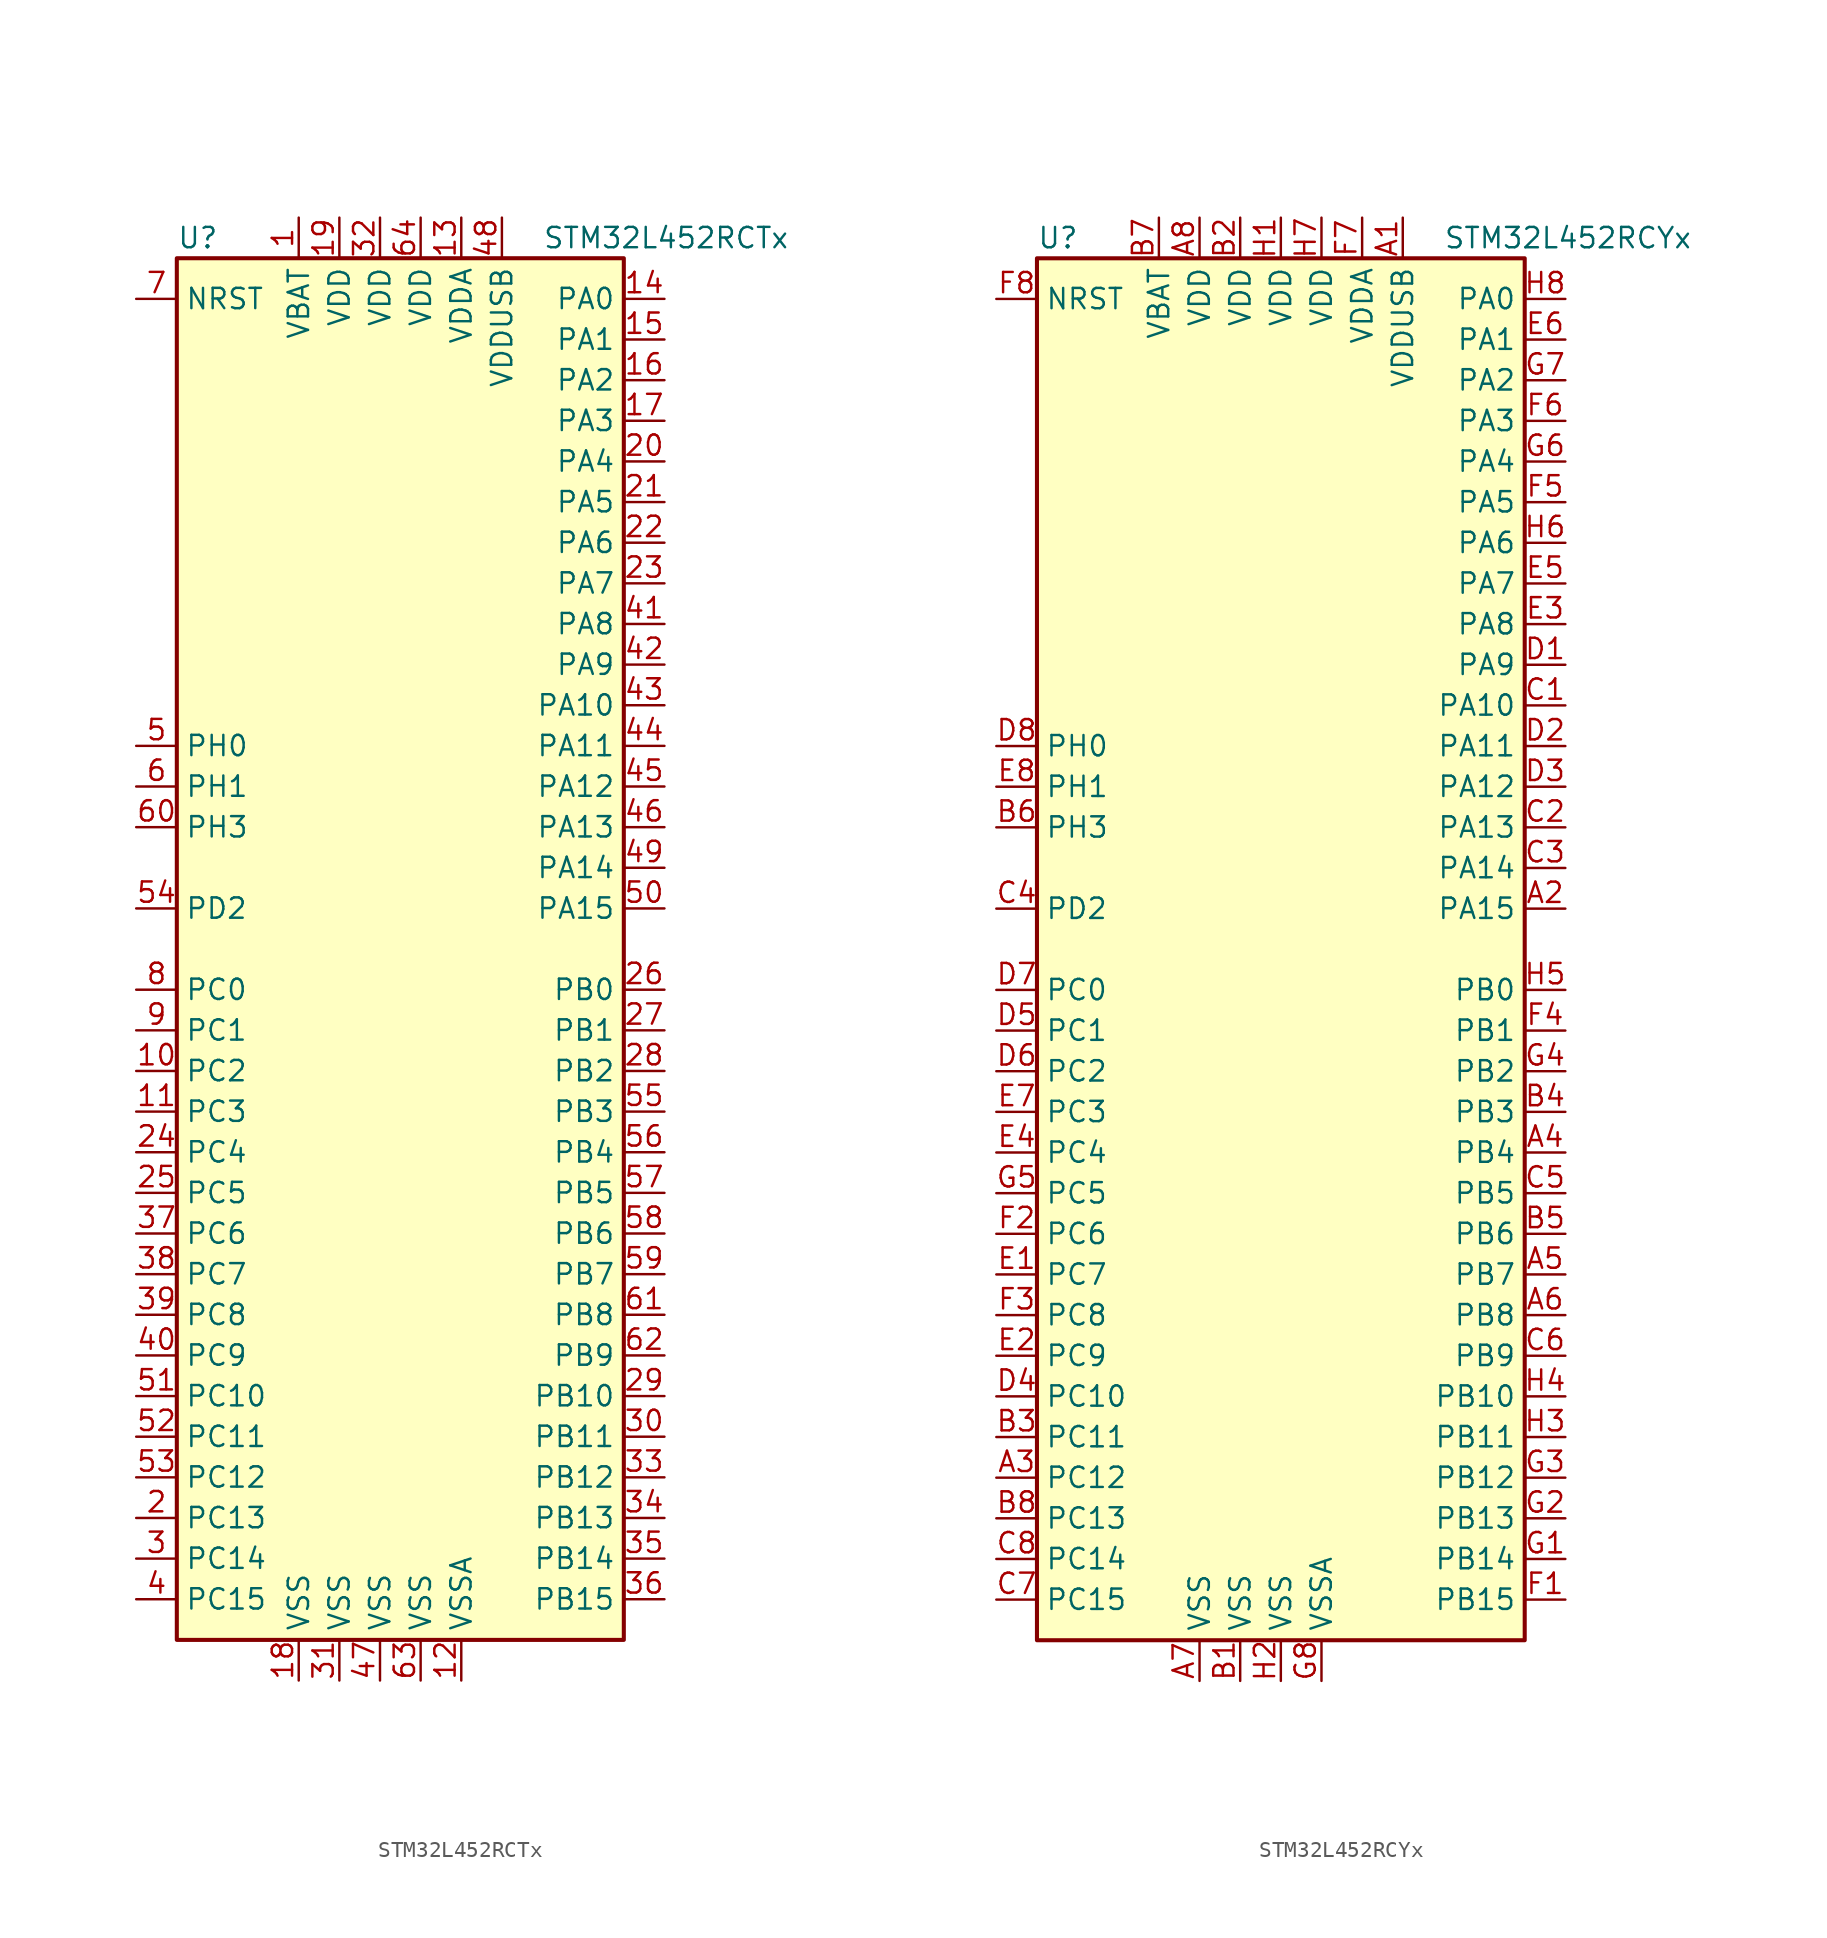
<source format=kicad_sym>
(kicad_symbol_lib
  (version 20201005)
  (generator kicad_symbol_editor)
  (symbol "MCU_ST_STM32L4:STM32L452RCTx"
    (property "Reference" "U"
      (at -15.24 44.45 0)
      (effects (font (size 1.27 1.27)) (justify left)))
    (property "Value" "STM32L452RCTx"
      (at 7.62 44.45 0)
      (effects (font (size 1.27 1.27)) (justify left)))
    (symbol "STM32L452RCTx_0_1"
      (rectangle (start -15.24 -43.18) (end 12.7 43.18) (stroke (width 0.254)) (fill (type background))))
    (symbol "STM32L452RCTx_1_1"
      (pin power_in line (at -7.62 45.72 270) (length 2.54) (name "VBAT" (effects (font (size 1.27 1.27)))) (number "1" (effects (font (size 1.27 1.27)))))
      (pin bidirectional line (at -17.78 -7.62 0) (length 2.54) (name "PC2" (effects (font (size 1.27 1.27)))) (number "10" (effects (font (size 1.27 1.27)))))
      (pin bidirectional line (at -17.78 -10.16 0) (length 2.54) (name "PC3" (effects (font (size 1.27 1.27)))) (number "11" (effects (font (size 1.27 1.27)))))
      (pin power_in line (at 2.54 -45.72 90) (length 2.54) (name "VSSA" (effects (font (size 1.27 1.27)))) (number "12" (effects (font (size 1.27 1.27)))))
      (pin power_in line (at 2.54 45.72 270) (length 2.54) (name "VDDA" (effects (font (size 1.27 1.27)))) (number "13" (effects (font (size 1.27 1.27)))))
      (pin bidirectional line (at 15.24 40.64 180) (length 2.54) (name "PA0" (effects (font (size 1.27 1.27)))) (number "14" (effects (font (size 1.27 1.27)))))
      (pin bidirectional line (at 15.24 38.1 180) (length 2.54) (name "PA1" (effects (font (size 1.27 1.27)))) (number "15" (effects (font (size 1.27 1.27)))))
      (pin bidirectional line (at 15.24 35.56 180) (length 2.54) (name "PA2" (effects (font (size 1.27 1.27)))) (number "16" (effects (font (size 1.27 1.27)))))
      (pin bidirectional line (at 15.24 33.02 180) (length 2.54) (name "PA3" (effects (font (size 1.27 1.27)))) (number "17" (effects (font (size 1.27 1.27)))))
      (pin power_in line (at -7.62 -45.72 90) (length 2.54) (name "VSS" (effects (font (size 1.27 1.27)))) (number "18" (effects (font (size 1.27 1.27)))))
      (pin power_in line (at -5.08 45.72 270) (length 2.54) (name "VDD" (effects (font (size 1.27 1.27)))) (number "19" (effects (font (size 1.27 1.27)))))
      (pin bidirectional line (at -17.78 -35.56 0) (length 2.54) (name "PC13" (effects (font (size 1.27 1.27)))) (number "2" (effects (font (size 1.27 1.27)))))
      (pin bidirectional line (at 15.24 30.48 180) (length 2.54) (name "PA4" (effects (font (size 1.27 1.27)))) (number "20" (effects (font (size 1.27 1.27)))))
      (pin bidirectional line (at 15.24 27.94 180) (length 2.54) (name "PA5" (effects (font (size 1.27 1.27)))) (number "21" (effects (font (size 1.27 1.27)))))
      (pin bidirectional line (at 15.24 25.4 180) (length 2.54) (name "PA6" (effects (font (size 1.27 1.27)))) (number "22" (effects (font (size 1.27 1.27)))))
      (pin bidirectional line (at 15.24 22.86 180) (length 2.54) (name "PA7" (effects (font (size 1.27 1.27)))) (number "23" (effects (font (size 1.27 1.27)))))
      (pin bidirectional line (at -17.78 -12.7 0) (length 2.54) (name "PC4" (effects (font (size 1.27 1.27)))) (number "24" (effects (font (size 1.27 1.27)))))
      (pin bidirectional line (at -17.78 -15.24 0) (length 2.54) (name "PC5" (effects (font (size 1.27 1.27)))) (number "25" (effects (font (size 1.27 1.27)))))
      (pin bidirectional line (at 15.24 -2.54 180) (length 2.54) (name "PB0" (effects (font (size 1.27 1.27)))) (number "26" (effects (font (size 1.27 1.27)))))
      (pin bidirectional line (at 15.24 -5.08 180) (length 2.54) (name "PB1" (effects (font (size 1.27 1.27)))) (number "27" (effects (font (size 1.27 1.27)))))
      (pin bidirectional line (at 15.24 -7.62 180) (length 2.54) (name "PB2" (effects (font (size 1.27 1.27)))) (number "28" (effects (font (size 1.27 1.27)))))
      (pin bidirectional line (at 15.24 -27.94 180) (length 2.54) (name "PB10" (effects (font (size 1.27 1.27)))) (number "29" (effects (font (size 1.27 1.27)))))
      (pin bidirectional line (at -17.78 -38.1 0) (length 2.54) (name "PC14" (effects (font (size 1.27 1.27)))) (number "3" (effects (font (size 1.27 1.27)))))
      (pin bidirectional line (at 15.24 -30.48 180) (length 2.54) (name "PB11" (effects (font (size 1.27 1.27)))) (number "30" (effects (font (size 1.27 1.27)))))
      (pin power_in line (at -5.08 -45.72 90) (length 2.54) (name "VSS" (effects (font (size 1.27 1.27)))) (number "31" (effects (font (size 1.27 1.27)))))
      (pin power_in line (at -2.54 45.72 270) (length 2.54) (name "VDD" (effects (font (size 1.27 1.27)))) (number "32" (effects (font (size 1.27 1.27)))))
      (pin bidirectional line (at 15.24 -33.02 180) (length 2.54) (name "PB12" (effects (font (size 1.27 1.27)))) (number "33" (effects (font (size 1.27 1.27)))))
      (pin bidirectional line (at 15.24 -35.56 180) (length 2.54) (name "PB13" (effects (font (size 1.27 1.27)))) (number "34" (effects (font (size 1.27 1.27)))))
      (pin bidirectional line (at 15.24 -38.1 180) (length 2.54) (name "PB14" (effects (font (size 1.27 1.27)))) (number "35" (effects (font (size 1.27 1.27)))))
      (pin bidirectional line (at 15.24 -40.64 180) (length 2.54) (name "PB15" (effects (font (size 1.27 1.27)))) (number "36" (effects (font (size 1.27 1.27)))))
      (pin bidirectional line (at -17.78 -17.78 0) (length 2.54) (name "PC6" (effects (font (size 1.27 1.27)))) (number "37" (effects (font (size 1.27 1.27)))))
      (pin bidirectional line (at -17.78 -20.32 0) (length 2.54) (name "PC7" (effects (font (size 1.27 1.27)))) (number "38" (effects (font (size 1.27 1.27)))))
      (pin bidirectional line (at -17.78 -22.86 0) (length 2.54) (name "PC8" (effects (font (size 1.27 1.27)))) (number "39" (effects (font (size 1.27 1.27)))))
      (pin bidirectional line (at -17.78 -40.64 0) (length 2.54) (name "PC15" (effects (font (size 1.27 1.27)))) (number "4" (effects (font (size 1.27 1.27)))))
      (pin bidirectional line (at -17.78 -25.4 0) (length 2.54) (name "PC9" (effects (font (size 1.27 1.27)))) (number "40" (effects (font (size 1.27 1.27)))))
      (pin bidirectional line (at 15.24 20.32 180) (length 2.54) (name "PA8" (effects (font (size 1.27 1.27)))) (number "41" (effects (font (size 1.27 1.27)))))
      (pin bidirectional line (at 15.24 17.78 180) (length 2.54) (name "PA9" (effects (font (size 1.27 1.27)))) (number "42" (effects (font (size 1.27 1.27)))))
      (pin bidirectional line (at 15.24 15.24 180) (length 2.54) (name "PA10" (effects (font (size 1.27 1.27)))) (number "43" (effects (font (size 1.27 1.27)))))
      (pin bidirectional line (at 15.24 12.7 180) (length 2.54) (name "PA11" (effects (font (size 1.27 1.27)))) (number "44" (effects (font (size 1.27 1.27)))))
      (pin bidirectional line (at 15.24 10.16 180) (length 2.54) (name "PA12" (effects (font (size 1.27 1.27)))) (number "45" (effects (font (size 1.27 1.27)))))
      (pin bidirectional line (at 15.24 7.62 180) (length 2.54) (name "PA13" (effects (font (size 1.27 1.27)))) (number "46" (effects (font (size 1.27 1.27)))))
      (pin power_in line (at -2.54 -45.72 90) (length 2.54) (name "VSS" (effects (font (size 1.27 1.27)))) (number "47" (effects (font (size 1.27 1.27)))))
      (pin power_in line (at 5.08 45.72 270) (length 2.54) (name "VDDUSB" (effects (font (size 1.27 1.27)))) (number "48" (effects (font (size 1.27 1.27)))))
      (pin bidirectional line (at 15.24 5.08 180) (length 2.54) (name "PA14" (effects (font (size 1.27 1.27)))) (number "49" (effects (font (size 1.27 1.27)))))
      (pin input line (at -17.78 12.7 0) (length 2.54) (name "PH0" (effects (font (size 1.27 1.27)))) (number "5" (effects (font (size 1.27 1.27)))))
      (pin bidirectional line (at 15.24 2.54 180) (length 2.54) (name "PA15" (effects (font (size 1.27 1.27)))) (number "50" (effects (font (size 1.27 1.27)))))
      (pin bidirectional line (at -17.78 -27.94 0) (length 2.54) (name "PC10" (effects (font (size 1.27 1.27)))) (number "51" (effects (font (size 1.27 1.27)))))
      (pin bidirectional line (at -17.78 -30.48 0) (length 2.54) (name "PC11" (effects (font (size 1.27 1.27)))) (number "52" (effects (font (size 1.27 1.27)))))
      (pin bidirectional line (at -17.78 -33.02 0) (length 2.54) (name "PC12" (effects (font (size 1.27 1.27)))) (number "53" (effects (font (size 1.27 1.27)))))
      (pin bidirectional line (at -17.78 2.54 0) (length 2.54) (name "PD2" (effects (font (size 1.27 1.27)))) (number "54" (effects (font (size 1.27 1.27)))))
      (pin bidirectional line (at 15.24 -10.16 180) (length 2.54) (name "PB3" (effects (font (size 1.27 1.27)))) (number "55" (effects (font (size 1.27 1.27)))))
      (pin bidirectional line (at 15.24 -12.7 180) (length 2.54) (name "PB4" (effects (font (size 1.27 1.27)))) (number "56" (effects (font (size 1.27 1.27)))))
      (pin bidirectional line (at 15.24 -15.24 180) (length 2.54) (name "PB5" (effects (font (size 1.27 1.27)))) (number "57" (effects (font (size 1.27 1.27)))))
      (pin bidirectional line (at 15.24 -17.78 180) (length 2.54) (name "PB6" (effects (font (size 1.27 1.27)))) (number "58" (effects (font (size 1.27 1.27)))))
      (pin bidirectional line (at 15.24 -20.32 180) (length 2.54) (name "PB7" (effects (font (size 1.27 1.27)))) (number "59" (effects (font (size 1.27 1.27)))))
      (pin input line (at -17.78 10.16 0) (length 2.54) (name "PH1" (effects (font (size 1.27 1.27)))) (number "6" (effects (font (size 1.27 1.27)))))
      (pin bidirectional line (at -17.78 7.62 0) (length 2.54) (name "PH3" (effects (font (size 1.27 1.27)))) (number "60" (effects (font (size 1.27 1.27)))))
      (pin bidirectional line (at 15.24 -22.86 180) (length 2.54) (name "PB8" (effects (font (size 1.27 1.27)))) (number "61" (effects (font (size 1.27 1.27)))))
      (pin bidirectional line (at 15.24 -25.4 180) (length 2.54) (name "PB9" (effects (font (size 1.27 1.27)))) (number "62" (effects (font (size 1.27 1.27)))))
      (pin power_in line (at 0 -45.72 90) (length 2.54) (name "VSS" (effects (font (size 1.27 1.27)))) (number "63" (effects (font (size 1.27 1.27)))))
      (pin power_in line (at 0 45.72 270) (length 2.54) (name "VDD" (effects (font (size 1.27 1.27)))) (number "64" (effects (font (size 1.27 1.27)))))
      (pin input line (at -17.78 40.64 0) (length 2.54) (name "NRST" (effects (font (size 1.27 1.27)))) (number "7" (effects (font (size 1.27 1.27)))))
      (pin bidirectional line (at -17.78 -2.54 0) (length 2.54) (name "PC0" (effects (font (size 1.27 1.27)))) (number "8" (effects (font (size 1.27 1.27)))))
      (pin bidirectional line (at -17.78 -5.08 0) (length 2.54) (name "PC1" (effects (font (size 1.27 1.27)))) (number "9" (effects (font (size 1.27 1.27)))))))
  (symbol "MCU_ST_STM32L4:STM32L452RCYx"
    (property "Reference" "U"
      (at -15.24 44.45 0)
      (effects (font (size 1.27 1.27)) (justify left)))
    (property "Value" "STM32L452RCYx"
      (at 10.16 44.45 0)
      (effects (font (size 1.27 1.27)) (justify left)))
    (symbol "STM32L452RCYx_0_1"
      (rectangle (start -15.24 -43.18) (end 15.24 43.18) (stroke (width 0.254)) (fill (type background))))
    (symbol "STM32L452RCYx_1_1"
      (pin power_in line (at 7.62 45.72 270) (length 2.54) (name "VDDUSB" (effects (font (size 1.27 1.27)))) (number "A1" (effects (font (size 1.27 1.27)))))
      (pin bidirectional line (at 17.78 2.54 180) (length 2.54) (name "PA15" (effects (font (size 1.27 1.27)))) (number "A2" (effects (font (size 1.27 1.27)))))
      (pin bidirectional line (at -17.78 -33.02 0) (length 2.54) (name "PC12" (effects (font (size 1.27 1.27)))) (number "A3" (effects (font (size 1.27 1.27)))))
      (pin bidirectional line (at 17.78 -12.7 180) (length 2.54) (name "PB4" (effects (font (size 1.27 1.27)))) (number "A4" (effects (font (size 1.27 1.27)))))
      (pin bidirectional line (at 17.78 -20.32 180) (length 2.54) (name "PB7" (effects (font (size 1.27 1.27)))) (number "A5" (effects (font (size 1.27 1.27)))))
      (pin bidirectional line (at 17.78 -22.86 180) (length 2.54) (name "PB8" (effects (font (size 1.27 1.27)))) (number "A6" (effects (font (size 1.27 1.27)))))
      (pin power_in line (at -5.08 -45.72 90) (length 2.54) (name "VSS" (effects (font (size 1.27 1.27)))) (number "A7" (effects (font (size 1.27 1.27)))))
      (pin power_in line (at -5.08 45.72 270) (length 2.54) (name "VDD" (effects (font (size 1.27 1.27)))) (number "A8" (effects (font (size 1.27 1.27)))))
      (pin power_in line (at -2.54 -45.72 90) (length 2.54) (name "VSS" (effects (font (size 1.27 1.27)))) (number "B1" (effects (font (size 1.27 1.27)))))
      (pin power_in line (at -2.54 45.72 270) (length 2.54) (name "VDD" (effects (font (size 1.27 1.27)))) (number "B2" (effects (font (size 1.27 1.27)))))
      (pin bidirectional line (at -17.78 -30.48 0) (length 2.54) (name "PC11" (effects (font (size 1.27 1.27)))) (number "B3" (effects (font (size 1.27 1.27)))))
      (pin bidirectional line (at 17.78 -10.16 180) (length 2.54) (name "PB3" (effects (font (size 1.27 1.27)))) (number "B4" (effects (font (size 1.27 1.27)))))
      (pin bidirectional line (at 17.78 -17.78 180) (length 2.54) (name "PB6" (effects (font (size 1.27 1.27)))) (number "B5" (effects (font (size 1.27 1.27)))))
      (pin bidirectional line (at -17.78 7.62 0) (length 2.54) (name "PH3" (effects (font (size 1.27 1.27)))) (number "B6" (effects (font (size 1.27 1.27)))))
      (pin power_in line (at -7.62 45.72 270) (length 2.54) (name "VBAT" (effects (font (size 1.27 1.27)))) (number "B7" (effects (font (size 1.27 1.27)))))
      (pin bidirectional line (at -17.78 -35.56 0) (length 2.54) (name "PC13" (effects (font (size 1.27 1.27)))) (number "B8" (effects (font (size 1.27 1.27)))))
      (pin bidirectional line (at 17.78 15.24 180) (length 2.54) (name "PA10" (effects (font (size 1.27 1.27)))) (number "C1" (effects (font (size 1.27 1.27)))))
      (pin bidirectional line (at 17.78 7.62 180) (length 2.54) (name "PA13" (effects (font (size 1.27 1.27)))) (number "C2" (effects (font (size 1.27 1.27)))))
      (pin bidirectional line (at 17.78 5.08 180) (length 2.54) (name "PA14" (effects (font (size 1.27 1.27)))) (number "C3" (effects (font (size 1.27 1.27)))))
      (pin bidirectional line (at -17.78 2.54 0) (length 2.54) (name "PD2" (effects (font (size 1.27 1.27)))) (number "C4" (effects (font (size 1.27 1.27)))))
      (pin bidirectional line (at 17.78 -15.24 180) (length 2.54) (name "PB5" (effects (font (size 1.27 1.27)))) (number "C5" (effects (font (size 1.27 1.27)))))
      (pin bidirectional line (at 17.78 -25.4 180) (length 2.54) (name "PB9" (effects (font (size 1.27 1.27)))) (number "C6" (effects (font (size 1.27 1.27)))))
      (pin bidirectional line (at -17.78 -40.64 0) (length 2.54) (name "PC15" (effects (font (size 1.27 1.27)))) (number "C7" (effects (font (size 1.27 1.27)))))
      (pin bidirectional line (at -17.78 -38.1 0) (length 2.54) (name "PC14" (effects (font (size 1.27 1.27)))) (number "C8" (effects (font (size 1.27 1.27)))))
      (pin bidirectional line (at 17.78 17.78 180) (length 2.54) (name "PA9" (effects (font (size 1.27 1.27)))) (number "D1" (effects (font (size 1.27 1.27)))))
      (pin bidirectional line (at 17.78 12.7 180) (length 2.54) (name "PA11" (effects (font (size 1.27 1.27)))) (number "D2" (effects (font (size 1.27 1.27)))))
      (pin bidirectional line (at 17.78 10.16 180) (length 2.54) (name "PA12" (effects (font (size 1.27 1.27)))) (number "D3" (effects (font (size 1.27 1.27)))))
      (pin bidirectional line (at -17.78 -27.94 0) (length 2.54) (name "PC10" (effects (font (size 1.27 1.27)))) (number "D4" (effects (font (size 1.27 1.27)))))
      (pin bidirectional line (at -17.78 -5.08 0) (length 2.54) (name "PC1" (effects (font (size 1.27 1.27)))) (number "D5" (effects (font (size 1.27 1.27)))))
      (pin bidirectional line (at -17.78 -7.62 0) (length 2.54) (name "PC2" (effects (font (size 1.27 1.27)))) (number "D6" (effects (font (size 1.27 1.27)))))
      (pin bidirectional line (at -17.78 -2.54 0) (length 2.54) (name "PC0" (effects (font (size 1.27 1.27)))) (number "D7" (effects (font (size 1.27 1.27)))))
      (pin input line (at -17.78 12.7 0) (length 2.54) (name "PH0" (effects (font (size 1.27 1.27)))) (number "D8" (effects (font (size 1.27 1.27)))))
      (pin bidirectional line (at -17.78 -20.32 0) (length 2.54) (name "PC7" (effects (font (size 1.27 1.27)))) (number "E1" (effects (font (size 1.27 1.27)))))
      (pin bidirectional line (at -17.78 -25.4 0) (length 2.54) (name "PC9" (effects (font (size 1.27 1.27)))) (number "E2" (effects (font (size 1.27 1.27)))))
      (pin bidirectional line (at 17.78 20.32 180) (length 2.54) (name "PA8" (effects (font (size 1.27 1.27)))) (number "E3" (effects (font (size 1.27 1.27)))))
      (pin bidirectional line (at -17.78 -12.7 0) (length 2.54) (name "PC4" (effects (font (size 1.27 1.27)))) (number "E4" (effects (font (size 1.27 1.27)))))
      (pin bidirectional line (at 17.78 22.86 180) (length 2.54) (name "PA7" (effects (font (size 1.27 1.27)))) (number "E5" (effects (font (size 1.27 1.27)))))
      (pin bidirectional line (at 17.78 38.1 180) (length 2.54) (name "PA1" (effects (font (size 1.27 1.27)))) (number "E6" (effects (font (size 1.27 1.27)))))
      (pin bidirectional line (at -17.78 -10.16 0) (length 2.54) (name "PC3" (effects (font (size 1.27 1.27)))) (number "E7" (effects (font (size 1.27 1.27)))))
      (pin input line (at -17.78 10.16 0) (length 2.54) (name "PH1" (effects (font (size 1.27 1.27)))) (number "E8" (effects (font (size 1.27 1.27)))))
      (pin bidirectional line (at 17.78 -40.64 180) (length 2.54) (name "PB15" (effects (font (size 1.27 1.27)))) (number "F1" (effects (font (size 1.27 1.27)))))
      (pin bidirectional line (at -17.78 -17.78 0) (length 2.54) (name "PC6" (effects (font (size 1.27 1.27)))) (number "F2" (effects (font (size 1.27 1.27)))))
      (pin bidirectional line (at -17.78 -22.86 0) (length 2.54) (name "PC8" (effects (font (size 1.27 1.27)))) (number "F3" (effects (font (size 1.27 1.27)))))
      (pin bidirectional line (at 17.78 -5.08 180) (length 2.54) (name "PB1" (effects (font (size 1.27 1.27)))) (number "F4" (effects (font (size 1.27 1.27)))))
      (pin bidirectional line (at 17.78 27.94 180) (length 2.54) (name "PA5" (effects (font (size 1.27 1.27)))) (number "F5" (effects (font (size 1.27 1.27)))))
      (pin bidirectional line (at 17.78 33.02 180) (length 2.54) (name "PA3" (effects (font (size 1.27 1.27)))) (number "F6" (effects (font (size 1.27 1.27)))))
      (pin power_in line (at 5.08 45.72 270) (length 2.54) (name "VDDA" (effects (font (size 1.27 1.27)))) (number "F7" (effects (font (size 1.27 1.27)))))
      (pin input line (at -17.78 40.64 0) (length 2.54) (name "NRST" (effects (font (size 1.27 1.27)))) (number "F8" (effects (font (size 1.27 1.27)))))
      (pin bidirectional line (at 17.78 -38.1 180) (length 2.54) (name "PB14" (effects (font (size 1.27 1.27)))) (number "G1" (effects (font (size 1.27 1.27)))))
      (pin bidirectional line (at 17.78 -35.56 180) (length 2.54) (name "PB13" (effects (font (size 1.27 1.27)))) (number "G2" (effects (font (size 1.27 1.27)))))
      (pin bidirectional line (at 17.78 -33.02 180) (length 2.54) (name "PB12" (effects (font (size 1.27 1.27)))) (number "G3" (effects (font (size 1.27 1.27)))))
      (pin bidirectional line (at 17.78 -7.62 180) (length 2.54) (name "PB2" (effects (font (size 1.27 1.27)))) (number "G4" (effects (font (size 1.27 1.27)))))
      (pin bidirectional line (at -17.78 -15.24 0) (length 2.54) (name "PC5" (effects (font (size 1.27 1.27)))) (number "G5" (effects (font (size 1.27 1.27)))))
      (pin bidirectional line (at 17.78 30.48 180) (length 2.54) (name "PA4" (effects (font (size 1.27 1.27)))) (number "G6" (effects (font (size 1.27 1.27)))))
      (pin bidirectional line (at 17.78 35.56 180) (length 2.54) (name "PA2" (effects (font (size 1.27 1.27)))) (number "G7" (effects (font (size 1.27 1.27)))))
      (pin power_in line (at 2.54 -45.72 90) (length 2.54) (name "VSSA" (effects (font (size 1.27 1.27)))) (number "G8" (effects (font (size 1.27 1.27)))))
      (pin power_in line (at 0 45.72 270) (length 2.54) (name "VDD" (effects (font (size 1.27 1.27)))) (number "H1" (effects (font (size 1.27 1.27)))))
      (pin power_in line (at 0 -45.72 90) (length 2.54) (name "VSS" (effects (font (size 1.27 1.27)))) (number "H2" (effects (font (size 1.27 1.27)))))
      (pin bidirectional line (at 17.78 -30.48 180) (length 2.54) (name "PB11" (effects (font (size 1.27 1.27)))) (number "H3" (effects (font (size 1.27 1.27)))))
      (pin bidirectional line (at 17.78 -27.94 180) (length 2.54) (name "PB10" (effects (font (size 1.27 1.27)))) (number "H4" (effects (font (size 1.27 1.27)))))
      (pin bidirectional line (at 17.78 -2.54 180) (length 2.54) (name "PB0" (effects (font (size 1.27 1.27)))) (number "H5" (effects (font (size 1.27 1.27)))))
      (pin bidirectional line (at 17.78 25.4 180) (length 2.54) (name "PA6" (effects (font (size 1.27 1.27)))) (number "H6" (effects (font (size 1.27 1.27)))))
      (pin power_in line (at 2.54 45.72 270) (length 2.54) (name "VDD" (effects (font (size 1.27 1.27)))) (number "H7" (effects (font (size 1.27 1.27)))))
      (pin bidirectional line (at 17.78 40.64 180) (length 2.54) (name "PA0" (effects (font (size 1.27 1.27)))) (number "H8" (effects (font (size 1.27 1.27))))))))
</source>
